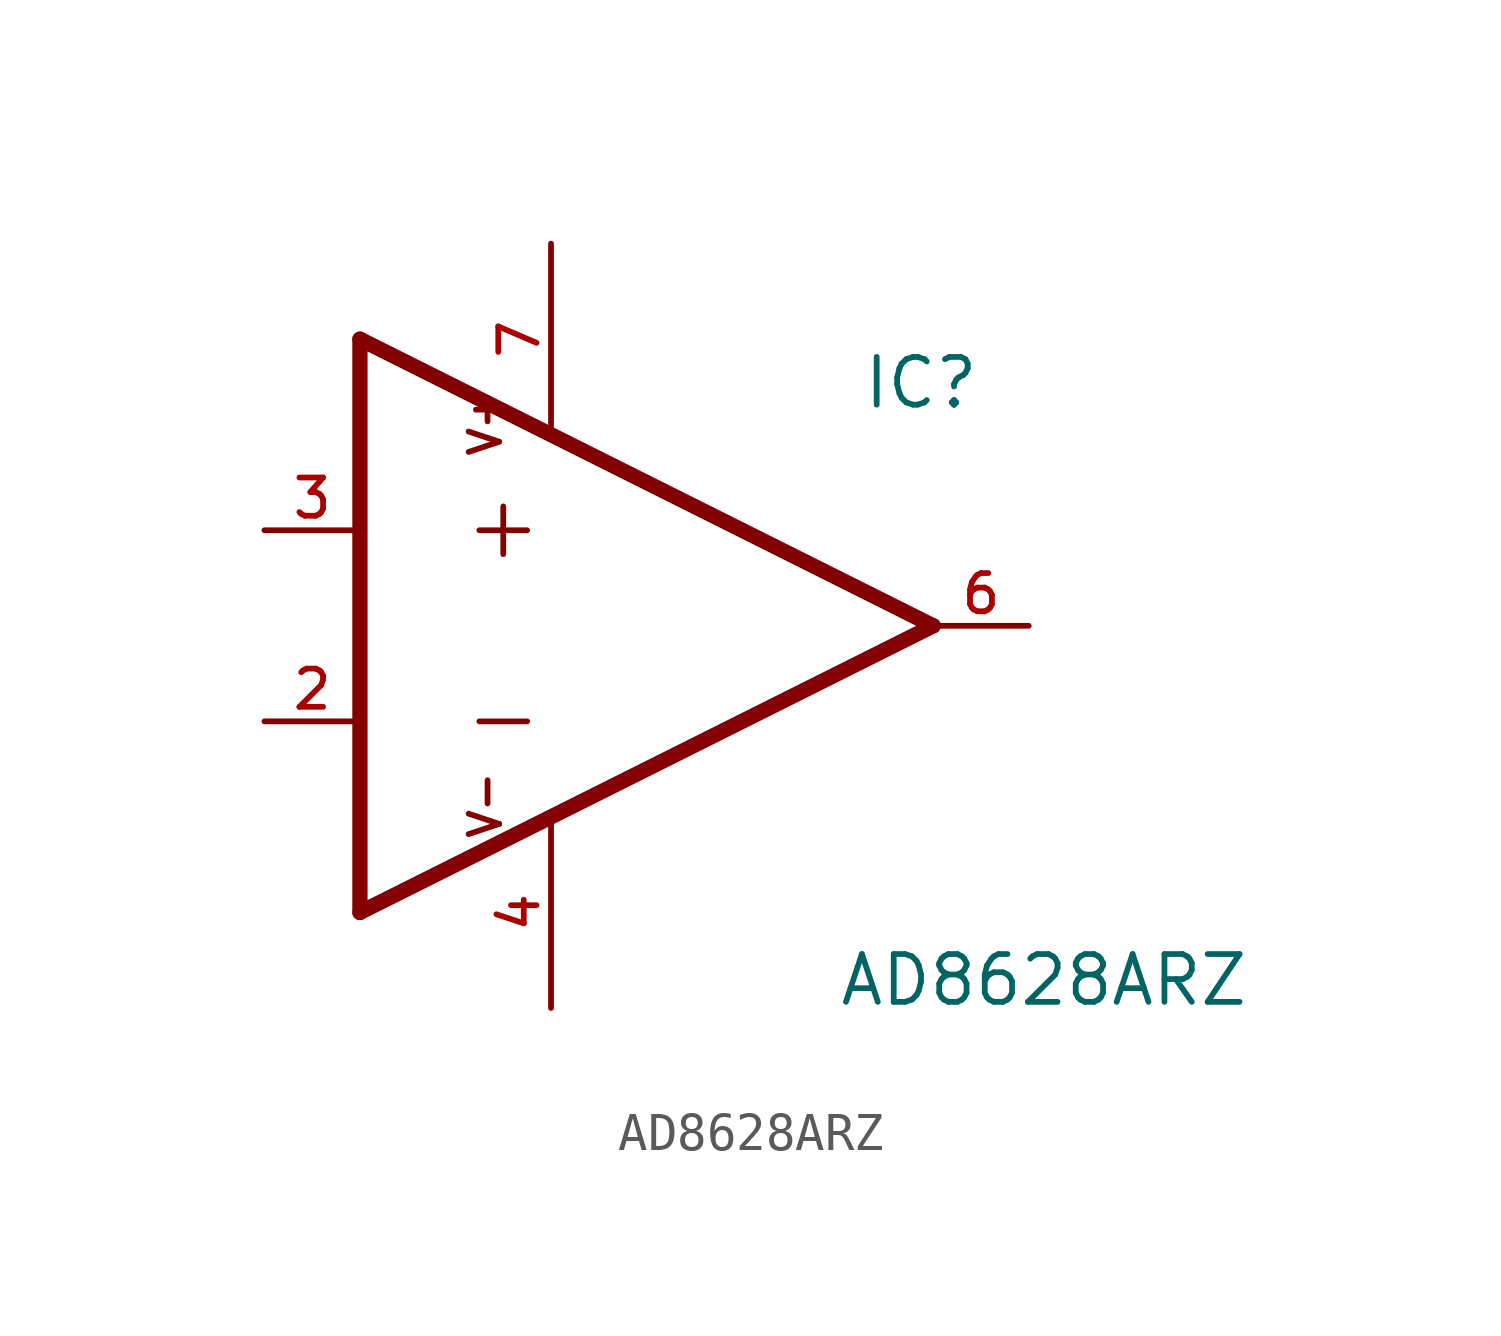
<source format=kicad_sym>
(kicad_symbol_lib
  (version 20231120)
  (generator "kicad_symbol_editor")
  (generator_version "8.0")
  (symbol "AD8628ARZ"
    (pin_names
      (offset 1.016))
    (property "Reference" "IC"
      (at 8.255 5.715 0)
      (effects (font (size 1.27 1.27)) (justify left bottom)))
    (property "Value" "AD8628ARZ"
      (at 7.62 -10.16 0)
      (effects (font (size 1.27 1.27)) (justify left bottom)))
    (symbol "AD8628ARZ_0_0"
      (polyline (pts (xy -5.08 -7.62) (xy 10.16 0)) (stroke (width 0.406) (type default)) (fill (type none)))
      (polyline (pts (xy -5.08 7.62) (xy -5.08 -7.62)) (stroke (width 0.406) (type default)) (fill (type none)))
      (polyline (pts (xy -1.905 -2.54) (xy -0.635 -2.54)) (stroke (width 0.152) (type default)) (fill (type none)))
      (polyline (pts (xy -1.905 2.54) (xy -0.635 2.54)) (stroke (width 0.152) (type default)) (fill (type none)))
      (polyline (pts (xy -1.27 3.175) (xy -1.27 1.905)) (stroke (width 0.152) (type default)) (fill (type none)))
      (polyline (pts (xy 10.16 0) (xy -5.08 7.62)) (stroke (width 0.406) (type default)) (fill (type none)))
      (text "V+" (at -1.27 4.445 900) (effects (font (size 0.813 0.813)) (justify left bottom)))
      (text "V-" (at -1.27 -5.715 900) (effects (font (size 0.813 0.813)) (justify left bottom)))
      (pin input line (at -7.62 -2.54 0) (length 2.54) (name "~" (effects (font (size 1.016 1.016)))) (number "2" (effects (font (size 1.016 1.016)))))
      (pin input line (at -7.62 2.54 0) (length 2.54) (name "~" (effects (font (size 1.016 1.016)))) (number "3" (effects (font (size 1.016 1.016)))))
      (pin power_in line (at 0 -10.16 90) (length 5.08) (name "~" (effects (font (size 1.016 1.016)))) (number "4" (effects (font (size 1.016 1.016)))))
      (pin output line (at 12.7 0 180) (length 2.54) (name "~" (effects (font (size 1.016 1.016)))) (number "6" (effects (font (size 1.016 1.016)))))
      (pin power_in line (at 0 10.16 270) (length 5.08) (name "~" (effects (font (size 1.016 1.016)))) (number "7" (effects (font (size 1.016 1.016))))))))
</source>
